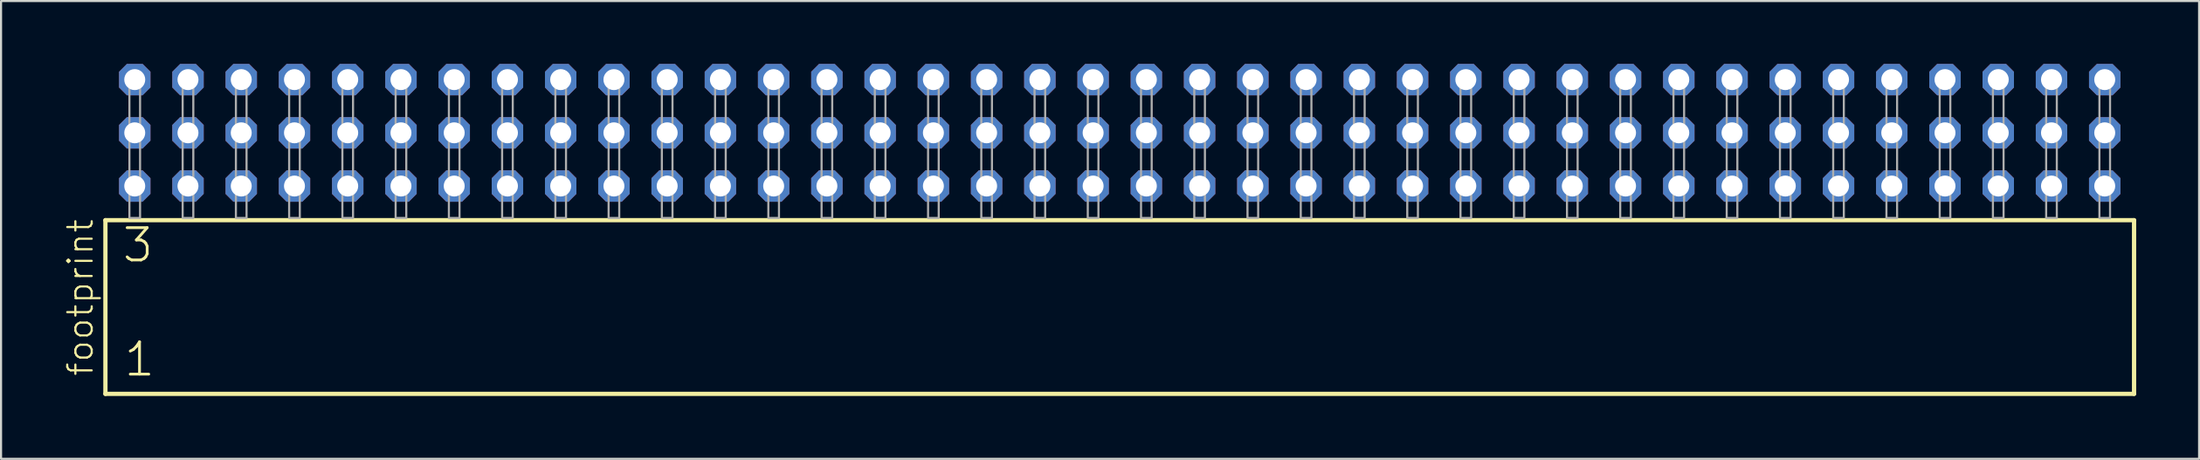
<source format=kicad_pcb>
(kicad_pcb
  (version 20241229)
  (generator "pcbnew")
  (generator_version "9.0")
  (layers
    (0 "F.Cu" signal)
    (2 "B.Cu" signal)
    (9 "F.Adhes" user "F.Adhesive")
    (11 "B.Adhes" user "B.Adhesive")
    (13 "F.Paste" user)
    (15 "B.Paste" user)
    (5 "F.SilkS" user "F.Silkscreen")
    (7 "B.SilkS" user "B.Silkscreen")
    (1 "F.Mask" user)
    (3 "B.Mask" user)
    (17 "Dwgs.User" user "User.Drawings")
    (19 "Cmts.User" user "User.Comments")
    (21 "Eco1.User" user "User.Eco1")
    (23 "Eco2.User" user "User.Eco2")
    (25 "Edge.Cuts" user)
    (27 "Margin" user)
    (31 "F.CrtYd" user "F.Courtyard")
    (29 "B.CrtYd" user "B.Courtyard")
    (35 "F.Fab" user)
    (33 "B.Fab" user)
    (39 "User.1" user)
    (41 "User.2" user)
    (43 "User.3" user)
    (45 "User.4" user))
  (footprint "footprint"
    (layer "F.Cu")
    (at 50.368 7.354)
    (property "Reference" "footprint" (at -48.895 7.62 90) (layer "F.SilkS") (effects (font (size 1.168 1.168) (thickness 0.102)) (justify left bottom)))
    (fp_line (start -48.389 0.106) (end -48.389 8.396) (stroke (width 0.203) (type solid)) (layer "F.SilkS"))
    (fp_line (start -48.389 8.396) (end 48.389 8.396) (stroke (width 0.203) (type solid)) (layer "F.SilkS"))
    (fp_line (start 48.389 0.106) (end -48.389 0.106) (stroke (width 0.203) (type solid)) (layer "F.SilkS"))
    (fp_line (start 48.389 8.396) (end 48.389 0.106) (stroke (width 0.203) (type solid)) (layer "F.SilkS"))
    (fp_poly (pts (xy -47.244 0) (xy -46.736 0) (xy -46.736 -6.858) (xy -47.244 -6.858)) (stroke (width 0.1) (type solid)) (fill no) (layer "F.Fab"))
    (fp_poly (pts (xy -44.704 0) (xy -44.196 0) (xy -44.196 -6.858) (xy -44.704 -6.858)) (stroke (width 0.1) (type solid)) (fill no) (layer "F.Fab"))
    (fp_poly (pts (xy -42.164 0) (xy -41.656 0) (xy -41.656 -6.858) (xy -42.164 -6.858)) (stroke (width 0.1) (type solid)) (fill no) (layer "F.Fab"))
    (fp_poly (pts (xy -39.624 0) (xy -39.116 0) (xy -39.116 -6.858) (xy -39.624 -6.858)) (stroke (width 0.1) (type solid)) (fill no) (layer "F.Fab"))
    (fp_poly (pts (xy -37.084 0) (xy -36.576 0) (xy -36.576 -6.858) (xy -37.084 -6.858)) (stroke (width 0.1) (type solid)) (fill no) (layer "F.Fab"))
    (fp_poly (pts (xy -34.544 0) (xy -34.036 0) (xy -34.036 -6.858) (xy -34.544 -6.858)) (stroke (width 0.1) (type solid)) (fill no) (layer "F.Fab"))
    (fp_poly (pts (xy -32.004 0) (xy -31.496 0) (xy -31.496 -6.858) (xy -32.004 -6.858)) (stroke (width 0.1) (type solid)) (fill no) (layer "F.Fab"))
    (fp_poly (pts (xy -29.464 0) (xy -28.956 0) (xy -28.956 -6.858) (xy -29.464 -6.858)) (stroke (width 0.1) (type solid)) (fill no) (layer "F.Fab"))
    (fp_poly (pts (xy -26.924 0) (xy -26.416 0) (xy -26.416 -6.858) (xy -26.924 -6.858)) (stroke (width 0.1) (type solid)) (fill no) (layer "F.Fab"))
    (fp_poly (pts (xy -24.384 0) (xy -23.876 0) (xy -23.876 -6.858) (xy -24.384 -6.858)) (stroke (width 0.1) (type solid)) (fill no) (layer "F.Fab"))
    (fp_poly (pts (xy -21.844 0) (xy -21.336 0) (xy -21.336 -6.858) (xy -21.844 -6.858)) (stroke (width 0.1) (type solid)) (fill no) (layer "F.Fab"))
    (fp_poly (pts (xy -19.304 0) (xy -18.796 0) (xy -18.796 -6.858) (xy -19.304 -6.858)) (stroke (width 0.1) (type solid)) (fill no) (layer "F.Fab"))
    (fp_poly (pts (xy -16.764 0) (xy -16.256 0) (xy -16.256 -6.858) (xy -16.764 -6.858)) (stroke (width 0.1) (type solid)) (fill no) (layer "F.Fab"))
    (fp_poly (pts (xy -14.224 0) (xy -13.716 0) (xy -13.716 -6.858) (xy -14.224 -6.858)) (stroke (width 0.1) (type solid)) (fill no) (layer "F.Fab"))
    (fp_poly (pts (xy -11.684 0) (xy -11.176 0) (xy -11.176 -6.858) (xy -11.684 -6.858)) (stroke (width 0.1) (type solid)) (fill no) (layer "F.Fab"))
    (fp_poly (pts (xy -9.144 0) (xy -8.636 0) (xy -8.636 -6.858) (xy -9.144 -6.858)) (stroke (width 0.1) (type solid)) (fill no) (layer "F.Fab"))
    (fp_poly (pts (xy -6.604 0) (xy -6.096 0) (xy -6.096 -6.858) (xy -6.604 -6.858)) (stroke (width 0.1) (type solid)) (fill no) (layer "F.Fab"))
    (fp_poly (pts (xy -4.064 0) (xy -3.556 0) (xy -3.556 -6.858) (xy -4.064 -6.858)) (stroke (width 0.1) (type solid)) (fill no) (layer "F.Fab"))
    (fp_poly (pts (xy -1.524 0) (xy -1.016 0) (xy -1.016 -6.858) (xy -1.524 -6.858)) (stroke (width 0.1) (type solid)) (fill no) (layer "F.Fab"))
    (fp_poly (pts (xy 1.016 0) (xy 1.524 0) (xy 1.524 -6.858) (xy 1.016 -6.858)) (stroke (width 0.1) (type solid)) (fill no) (layer "F.Fab"))
    (fp_poly (pts (xy 3.556 0) (xy 4.064 0) (xy 4.064 -6.858) (xy 3.556 -6.858)) (stroke (width 0.1) (type solid)) (fill no) (layer "F.Fab"))
    (fp_poly (pts (xy 6.096 0) (xy 6.604 0) (xy 6.604 -6.858) (xy 6.096 -6.858)) (stroke (width 0.1) (type solid)) (fill no) (layer "F.Fab"))
    (fp_poly (pts (xy 8.636 0) (xy 9.144 0) (xy 9.144 -6.858) (xy 8.636 -6.858)) (stroke (width 0.1) (type solid)) (fill no) (layer "F.Fab"))
    (fp_poly (pts (xy 11.176 0) (xy 11.684 0) (xy 11.684 -6.858) (xy 11.176 -6.858)) (stroke (width 0.1) (type solid)) (fill no) (layer "F.Fab"))
    (fp_poly (pts (xy 13.716 0) (xy 14.224 0) (xy 14.224 -6.858) (xy 13.716 -6.858)) (stroke (width 0.1) (type solid)) (fill no) (layer "F.Fab"))
    (fp_poly (pts (xy 16.256 0) (xy 16.764 0) (xy 16.764 -6.858) (xy 16.256 -6.858)) (stroke (width 0.1) (type solid)) (fill no) (layer "F.Fab"))
    (fp_poly (pts (xy 18.796 0) (xy 19.304 0) (xy 19.304 -6.858) (xy 18.796 -6.858)) (stroke (width 0.1) (type solid)) (fill no) (layer "F.Fab"))
    (fp_poly (pts (xy 21.336 0) (xy 21.844 0) (xy 21.844 -6.858) (xy 21.336 -6.858)) (stroke (width 0.1) (type solid)) (fill no) (layer "F.Fab"))
    (fp_poly (pts (xy 23.876 0) (xy 24.384 0) (xy 24.384 -6.858) (xy 23.876 -6.858)) (stroke (width 0.1) (type solid)) (fill no) (layer "F.Fab"))
    (fp_poly (pts (xy 26.416 0) (xy 26.924 0) (xy 26.924 -6.858) (xy 26.416 -6.858)) (stroke (width 0.1) (type solid)) (fill no) (layer "F.Fab"))
    (fp_poly (pts (xy 28.956 0) (xy 29.464 0) (xy 29.464 -6.858) (xy 28.956 -6.858)) (stroke (width 0.1) (type solid)) (fill no) (layer "F.Fab"))
    (fp_poly (pts (xy 31.496 0) (xy 32.004 0) (xy 32.004 -6.858) (xy 31.496 -6.858)) (stroke (width 0.1) (type solid)) (fill no) (layer "F.Fab"))
    (fp_poly (pts (xy 34.036 0) (xy 34.544 0) (xy 34.544 -6.858) (xy 34.036 -6.858)) (stroke (width 0.1) (type solid)) (fill no) (layer "F.Fab"))
    (fp_poly (pts (xy 36.576 0) (xy 37.084 0) (xy 37.084 -6.858) (xy 36.576 -6.858)) (stroke (width 0.1) (type solid)) (fill no) (layer "F.Fab"))
    (fp_poly (pts (xy 39.116 0) (xy 39.624 0) (xy 39.624 -6.858) (xy 39.116 -6.858)) (stroke (width 0.1) (type solid)) (fill no) (layer "F.Fab"))
    (fp_poly (pts (xy 41.656 0) (xy 42.164 0) (xy 42.164 -6.858) (xy 41.656 -6.858)) (stroke (width 0.1) (type solid)) (fill no) (layer "F.Fab"))
    (fp_poly (pts (xy 44.196 0) (xy 44.704 0) (xy 44.704 -6.858) (xy 44.196 -6.858)) (stroke (width 0.1) (type solid)) (fill no) (layer "F.Fab"))
    (fp_poly (pts (xy 46.736 0) (xy 47.244 0) (xy 47.244 -6.858) (xy 46.736 -6.858)) (stroke (width 0.1) (type solid)) (fill no) (layer "F.Fab"))
    (fp_text user "3" (at -47.66 2.2 0) (layer "F.SilkS") (effects (font (size 1.542 1.542) (thickness 0.134)) (justify left bottom)))
    (fp_text user "1" (at -47.585 7.65 0) (layer "F.SilkS") (effects (font (size 1.542 1.542) (thickness 0.134)) (justify left bottom)))
    (pad "1" thru_hole roundrect (at -46.99 -1.524) (size 1.5 1.5) (drill 1) (layers "*.Cu" "*.Mask") (roundrect_rratio 0.25) (chamfer_ratio 0.25) (chamfer top_left top_right bottom_left bottom_right))
    (pad "2" thru_hole roundrect (at -46.99 -4.064) (size 1.5 1.5) (drill 1) (layers "*.Cu" "*.Mask") (roundrect_rratio 0.25) (chamfer_ratio 0.25) (chamfer top_left top_right bottom_left bottom_right))
    (pad "3" thru_hole roundrect (at -46.99 -6.604) (size 1.5 1.5) (drill 1) (layers "*.Cu" "*.Mask") (roundrect_rratio 0.25) (chamfer_ratio 0.25) (chamfer top_left top_right bottom_left bottom_right))
    (pad "4" thru_hole roundrect (at -44.45 -1.524) (size 1.5 1.5) (drill 1) (layers "*.Cu" "*.Mask") (roundrect_rratio 0.25) (chamfer_ratio 0.25) (chamfer top_left top_right bottom_left bottom_right))
    (pad "5" thru_hole roundrect (at -44.45 -4.064) (size 1.5 1.5) (drill 1) (layers "*.Cu" "*.Mask") (roundrect_rratio 0.25) (chamfer_ratio 0.25) (chamfer top_left top_right bottom_left bottom_right))
    (pad "6" thru_hole roundrect (at -44.45 -6.604) (size 1.5 1.5) (drill 1) (layers "*.Cu" "*.Mask") (roundrect_rratio 0.25) (chamfer_ratio 0.25) (chamfer top_left top_right bottom_left bottom_right))
    (pad "7" thru_hole roundrect (at -41.91 -1.524) (size 1.5 1.5) (drill 1) (layers "*.Cu" "*.Mask") (roundrect_rratio 0.25) (chamfer_ratio 0.25) (chamfer top_left top_right bottom_left bottom_right))
    (pad "8" thru_hole roundrect (at -41.91 -4.064) (size 1.5 1.5) (drill 1) (layers "*.Cu" "*.Mask") (roundrect_rratio 0.25) (chamfer_ratio 0.25) (chamfer top_left top_right bottom_left bottom_right))
    (pad "9" thru_hole roundrect (at -41.91 -6.604) (size 1.5 1.5) (drill 1) (layers "*.Cu" "*.Mask") (roundrect_rratio 0.25) (chamfer_ratio 0.25) (chamfer top_left top_right bottom_left bottom_right))
    (pad "10" thru_hole roundrect (at -39.37 -1.524) (size 1.5 1.5) (drill 1) (layers "*.Cu" "*.Mask") (roundrect_rratio 0.25) (chamfer_ratio 0.25) (chamfer top_left top_right bottom_left bottom_right))
    (pad "11" thru_hole roundrect (at -39.37 -4.064) (size 1.5 1.5) (drill 1) (layers "*.Cu" "*.Mask") (roundrect_rratio 0.25) (chamfer_ratio 0.25) (chamfer top_left top_right bottom_left bottom_right))
    (pad "12" thru_hole roundrect (at -39.37 -6.604) (size 1.5 1.5) (drill 1) (layers "*.Cu" "*.Mask") (roundrect_rratio 0.25) (chamfer_ratio 0.25) (chamfer top_left top_right bottom_left bottom_right))
    (pad "13" thru_hole roundrect (at -36.83 -1.524) (size 1.5 1.5) (drill 1) (layers "*.Cu" "*.Mask") (roundrect_rratio 0.25) (chamfer_ratio 0.25) (chamfer top_left top_right bottom_left bottom_right))
    (pad "14" thru_hole roundrect (at -36.83 -4.064) (size 1.5 1.5) (drill 1) (layers "*.Cu" "*.Mask") (roundrect_rratio 0.25) (chamfer_ratio 0.25) (chamfer top_left top_right bottom_left bottom_right))
    (pad "15" thru_hole roundrect (at -36.83 -6.604) (size 1.5 1.5) (drill 1) (layers "*.Cu" "*.Mask") (roundrect_rratio 0.25) (chamfer_ratio 0.25) (chamfer top_left top_right bottom_left bottom_right))
    (pad "16" thru_hole roundrect (at -34.29 -1.524) (size 1.5 1.5) (drill 1) (layers "*.Cu" "*.Mask") (roundrect_rratio 0.25) (chamfer_ratio 0.25) (chamfer top_left top_right bottom_left bottom_right))
    (pad "17" thru_hole roundrect (at -34.29 -4.064) (size 1.5 1.5) (drill 1) (layers "*.Cu" "*.Mask") (roundrect_rratio 0.25) (chamfer_ratio 0.25) (chamfer top_left top_right bottom_left bottom_right))
    (pad "18" thru_hole roundrect (at -34.29 -6.604) (size 1.5 1.5) (drill 1) (layers "*.Cu" "*.Mask") (roundrect_rratio 0.25) (chamfer_ratio 0.25) (chamfer top_left top_right bottom_left bottom_right))
    (pad "19" thru_hole roundrect (at -31.75 -1.524) (size 1.5 1.5) (drill 1) (layers "*.Cu" "*.Mask") (roundrect_rratio 0.25) (chamfer_ratio 0.25) (chamfer top_left top_right bottom_left bottom_right))
    (pad "20" thru_hole roundrect (at -31.75 -4.064) (size 1.5 1.5) (drill 1) (layers "*.Cu" "*.Mask") (roundrect_rratio 0.25) (chamfer_ratio 0.25) (chamfer top_left top_right bottom_left bottom_right))
    (pad "21" thru_hole roundrect (at -31.75 -6.604) (size 1.5 1.5) (drill 1) (layers "*.Cu" "*.Mask") (roundrect_rratio 0.25) (chamfer_ratio 0.25) (chamfer top_left top_right bottom_left bottom_right))
    (pad "22" thru_hole roundrect (at -29.21 -1.524) (size 1.5 1.5) (drill 1) (layers "*.Cu" "*.Mask") (roundrect_rratio 0.25) (chamfer_ratio 0.25) (chamfer top_left top_right bottom_left bottom_right))
    (pad "23" thru_hole roundrect (at -29.21 -4.064) (size 1.5 1.5) (drill 1) (layers "*.Cu" "*.Mask") (roundrect_rratio 0.25) (chamfer_ratio 0.25) (chamfer top_left top_right bottom_left bottom_right))
    (pad "24" thru_hole roundrect (at -29.21 -6.604) (size 1.5 1.5) (drill 1) (layers "*.Cu" "*.Mask") (roundrect_rratio 0.25) (chamfer_ratio 0.25) (chamfer top_left top_right bottom_left bottom_right))
    (pad "25" thru_hole roundrect (at -26.67 -1.524) (size 1.5 1.5) (drill 1) (layers "*.Cu" "*.Mask") (roundrect_rratio 0.25) (chamfer_ratio 0.25) (chamfer top_left top_right bottom_left bottom_right))
    (pad "26" thru_hole roundrect (at -26.67 -4.064) (size 1.5 1.5) (drill 1) (layers "*.Cu" "*.Mask") (roundrect_rratio 0.25) (chamfer_ratio 0.25) (chamfer top_left top_right bottom_left bottom_right))
    (pad "27" thru_hole roundrect (at -26.67 -6.604) (size 1.5 1.5) (drill 1) (layers "*.Cu" "*.Mask") (roundrect_rratio 0.25) (chamfer_ratio 0.25) (chamfer top_left top_right bottom_left bottom_right))
    (pad "28" thru_hole roundrect (at -24.13 -1.524) (size 1.5 1.5) (drill 1) (layers "*.Cu" "*.Mask") (roundrect_rratio 0.25) (chamfer_ratio 0.25) (chamfer top_left top_right bottom_left bottom_right))
    (pad "29" thru_hole roundrect (at -24.13 -4.064) (size 1.5 1.5) (drill 1) (layers "*.Cu" "*.Mask") (roundrect_rratio 0.25) (chamfer_ratio 0.25) (chamfer top_left top_right bottom_left bottom_right))
    (pad "30" thru_hole roundrect (at -24.13 -6.604) (size 1.5 1.5) (drill 1) (layers "*.Cu" "*.Mask") (roundrect_rratio 0.25) (chamfer_ratio 0.25) (chamfer top_left top_right bottom_left bottom_right))
    (pad "31" thru_hole roundrect (at -21.59 -1.524) (size 1.5 1.5) (drill 1) (layers "*.Cu" "*.Mask") (roundrect_rratio 0.25) (chamfer_ratio 0.25) (chamfer top_left top_right bottom_left bottom_right))
    (pad "32" thru_hole roundrect (at -21.59 -4.064) (size 1.5 1.5) (drill 1) (layers "*.Cu" "*.Mask") (roundrect_rratio 0.25) (chamfer_ratio 0.25) (chamfer top_left top_right bottom_left bottom_right))
    (pad "33" thru_hole roundrect (at -21.59 -6.604) (size 1.5 1.5) (drill 1) (layers "*.Cu" "*.Mask") (roundrect_rratio 0.25) (chamfer_ratio 0.25) (chamfer top_left top_right bottom_left bottom_right))
    (pad "34" thru_hole roundrect (at -19.05 -1.524) (size 1.5 1.5) (drill 1) (layers "*.Cu" "*.Mask") (roundrect_rratio 0.25) (chamfer_ratio 0.25) (chamfer top_left top_right bottom_left bottom_right))
    (pad "35" thru_hole roundrect (at -19.05 -4.064) (size 1.5 1.5) (drill 1) (layers "*.Cu" "*.Mask") (roundrect_rratio 0.25) (chamfer_ratio 0.25) (chamfer top_left top_right bottom_left bottom_right))
    (pad "36" thru_hole roundrect (at -19.05 -6.604) (size 1.5 1.5) (drill 1) (layers "*.Cu" "*.Mask") (roundrect_rratio 0.25) (chamfer_ratio 0.25) (chamfer top_left top_right bottom_left bottom_right))
    (pad "37" thru_hole roundrect (at -16.51 -1.524) (size 1.5 1.5) (drill 1) (layers "*.Cu" "*.Mask") (roundrect_rratio 0.25) (chamfer_ratio 0.25) (chamfer top_left top_right bottom_left bottom_right))
    (pad "38" thru_hole roundrect (at -16.51 -4.064) (size 1.5 1.5) (drill 1) (layers "*.Cu" "*.Mask") (roundrect_rratio 0.25) (chamfer_ratio 0.25) (chamfer top_left top_right bottom_left bottom_right))
    (pad "39" thru_hole roundrect (at -16.51 -6.604) (size 1.5 1.5) (drill 1) (layers "*.Cu" "*.Mask") (roundrect_rratio 0.25) (chamfer_ratio 0.25) (chamfer top_left top_right bottom_left bottom_right))
    (pad "40" thru_hole roundrect (at -13.97 -1.524) (size 1.5 1.5) (drill 1) (layers "*.Cu" "*.Mask") (roundrect_rratio 0.25) (chamfer_ratio 0.25) (chamfer top_left top_right bottom_left bottom_right))
    (pad "41" thru_hole roundrect (at -13.97 -4.064) (size 1.5 1.5) (drill 1) (layers "*.Cu" "*.Mask") (roundrect_rratio 0.25) (chamfer_ratio 0.25) (chamfer top_left top_right bottom_left bottom_right))
    (pad "42" thru_hole roundrect (at -13.97 -6.604) (size 1.5 1.5) (drill 1) (layers "*.Cu" "*.Mask") (roundrect_rratio 0.25) (chamfer_ratio 0.25) (chamfer top_left top_right bottom_left bottom_right))
    (pad "43" thru_hole roundrect (at -11.43 -1.524) (size 1.5 1.5) (drill 1) (layers "*.Cu" "*.Mask") (roundrect_rratio 0.25) (chamfer_ratio 0.25) (chamfer top_left top_right bottom_left bottom_right))
    (pad "44" thru_hole roundrect (at -11.43 -4.064) (size 1.5 1.5) (drill 1) (layers "*.Cu" "*.Mask") (roundrect_rratio 0.25) (chamfer_ratio 0.25) (chamfer top_left top_right bottom_left bottom_right))
    (pad "45" thru_hole roundrect (at -11.43 -6.604) (size 1.5 1.5) (drill 1) (layers "*.Cu" "*.Mask") (roundrect_rratio 0.25) (chamfer_ratio 0.25) (chamfer top_left top_right bottom_left bottom_right))
    (pad "46" thru_hole roundrect (at -8.89 -1.524) (size 1.5 1.5) (drill 1) (layers "*.Cu" "*.Mask") (roundrect_rratio 0.25) (chamfer_ratio 0.25) (chamfer top_left top_right bottom_left bottom_right))
    (pad "47" thru_hole roundrect (at -8.89 -4.064) (size 1.5 1.5) (drill 1) (layers "*.Cu" "*.Mask") (roundrect_rratio 0.25) (chamfer_ratio 0.25) (chamfer top_left top_right bottom_left bottom_right))
    (pad "48" thru_hole roundrect (at -8.89 -6.604) (size 1.5 1.5) (drill 1) (layers "*.Cu" "*.Mask") (roundrect_rratio 0.25) (chamfer_ratio 0.25) (chamfer top_left top_right bottom_left bottom_right))
    (pad "49" thru_hole roundrect (at -6.35 -1.524) (size 1.5 1.5) (drill 1) (layers "*.Cu" "*.Mask") (roundrect_rratio 0.25) (chamfer_ratio 0.25) (chamfer top_left top_right bottom_left bottom_right))
    (pad "50" thru_hole roundrect (at -6.35 -4.064) (size 1.5 1.5) (drill 1) (layers "*.Cu" "*.Mask") (roundrect_rratio 0.25) (chamfer_ratio 0.25) (chamfer top_left top_right bottom_left bottom_right))
    (pad "51" thru_hole roundrect (at -6.35 -6.604) (size 1.5 1.5) (drill 1) (layers "*.Cu" "*.Mask") (roundrect_rratio 0.25) (chamfer_ratio 0.25) (chamfer top_left top_right bottom_left bottom_right))
    (pad "52" thru_hole roundrect (at -3.81 -1.524) (size 1.5 1.5) (drill 1) (layers "*.Cu" "*.Mask") (roundrect_rratio 0.25) (chamfer_ratio 0.25) (chamfer top_left top_right bottom_left bottom_right))
    (pad "53" thru_hole roundrect (at -3.81 -4.064) (size 1.5 1.5) (drill 1) (layers "*.Cu" "*.Mask") (roundrect_rratio 0.25) (chamfer_ratio 0.25) (chamfer top_left top_right bottom_left bottom_right))
    (pad "54" thru_hole roundrect (at -3.81 -6.604) (size 1.5 1.5) (drill 1) (layers "*.Cu" "*.Mask") (roundrect_rratio 0.25) (chamfer_ratio 0.25) (chamfer top_left top_right bottom_left bottom_right))
    (pad "55" thru_hole roundrect (at -1.27 -1.524) (size 1.5 1.5) (drill 1) (layers "*.Cu" "*.Mask") (roundrect_rratio 0.25) (chamfer_ratio 0.25) (chamfer top_left top_right bottom_left bottom_right))
    (pad "56" thru_hole roundrect (at -1.27 -4.064) (size 1.5 1.5) (drill 1) (layers "*.Cu" "*.Mask") (roundrect_rratio 0.25) (chamfer_ratio 0.25) (chamfer top_left top_right bottom_left bottom_right))
    (pad "57" thru_hole roundrect (at -1.27 -6.604) (size 1.5 1.5) (drill 1) (layers "*.Cu" "*.Mask") (roundrect_rratio 0.25) (chamfer_ratio 0.25) (chamfer top_left top_right bottom_left bottom_right))
    (pad "58" thru_hole roundrect (at 1.27 -1.524) (size 1.5 1.5) (drill 1) (layers "*.Cu" "*.Mask") (roundrect_rratio 0.25) (chamfer_ratio 0.25) (chamfer top_left top_right bottom_left bottom_right))
    (pad "59" thru_hole roundrect (at 1.27 -4.064) (size 1.5 1.5) (drill 1) (layers "*.Cu" "*.Mask") (roundrect_rratio 0.25) (chamfer_ratio 0.25) (chamfer top_left top_right bottom_left bottom_right))
    (pad "60" thru_hole roundrect (at 1.27 -6.604) (size 1.5 1.5) (drill 1) (layers "*.Cu" "*.Mask") (roundrect_rratio 0.25) (chamfer_ratio 0.25) (chamfer top_left top_right bottom_left bottom_right))
    (pad "61" thru_hole roundrect (at 3.81 -1.524) (size 1.5 1.5) (drill 1) (layers "*.Cu" "*.Mask") (roundrect_rratio 0.25) (chamfer_ratio 0.25) (chamfer top_left top_right bottom_left bottom_right))
    (pad "62" thru_hole roundrect (at 3.81 -4.064) (size 1.5 1.5) (drill 1) (layers "*.Cu" "*.Mask") (roundrect_rratio 0.25) (chamfer_ratio 0.25) (chamfer top_left top_right bottom_left bottom_right))
    (pad "63" thru_hole roundrect (at 3.81 -6.604) (size 1.5 1.5) (drill 1) (layers "*.Cu" "*.Mask") (roundrect_rratio 0.25) (chamfer_ratio 0.25) (chamfer top_left top_right bottom_left bottom_right))
    (pad "64" thru_hole roundrect (at 6.35 -1.524) (size 1.5 1.5) (drill 1) (layers "*.Cu" "*.Mask") (roundrect_rratio 0.25) (chamfer_ratio 0.25) (chamfer top_left top_right bottom_left bottom_right))
    (pad "65" thru_hole roundrect (at 6.35 -4.064) (size 1.5 1.5) (drill 1) (layers "*.Cu" "*.Mask") (roundrect_rratio 0.25) (chamfer_ratio 0.25) (chamfer top_left top_right bottom_left bottom_right))
    (pad "66" thru_hole roundrect (at 6.35 -6.604) (size 1.5 1.5) (drill 1) (layers "*.Cu" "*.Mask") (roundrect_rratio 0.25) (chamfer_ratio 0.25) (chamfer top_left top_right bottom_left bottom_right))
    (pad "67" thru_hole roundrect (at 8.89 -1.524) (size 1.5 1.5) (drill 1) (layers "*.Cu" "*.Mask") (roundrect_rratio 0.25) (chamfer_ratio 0.25) (chamfer top_left top_right bottom_left bottom_right))
    (pad "68" thru_hole roundrect (at 8.89 -4.064) (size 1.5 1.5) (drill 1) (layers "*.Cu" "*.Mask") (roundrect_rratio 0.25) (chamfer_ratio 0.25) (chamfer top_left top_right bottom_left bottom_right))
    (pad "69" thru_hole roundrect (at 8.89 -6.604) (size 1.5 1.5) (drill 1) (layers "*.Cu" "*.Mask") (roundrect_rratio 0.25) (chamfer_ratio 0.25) (chamfer top_left top_right bottom_left bottom_right))
    (pad "70" thru_hole roundrect (at 11.43 -1.524) (size 1.5 1.5) (drill 1) (layers "*.Cu" "*.Mask") (roundrect_rratio 0.25) (chamfer_ratio 0.25) (chamfer top_left top_right bottom_left bottom_right))
    (pad "71" thru_hole roundrect (at 11.43 -4.064) (size 1.5 1.5) (drill 1) (layers "*.Cu" "*.Mask") (roundrect_rratio 0.25) (chamfer_ratio 0.25) (chamfer top_left top_right bottom_left bottom_right))
    (pad "72" thru_hole roundrect (at 11.43 -6.604) (size 1.5 1.5) (drill 1) (layers "*.Cu" "*.Mask") (roundrect_rratio 0.25) (chamfer_ratio 0.25) (chamfer top_left top_right bottom_left bottom_right))
    (pad "73" thru_hole roundrect (at 13.97 -1.524) (size 1.5 1.5) (drill 1) (layers "*.Cu" "*.Mask") (roundrect_rratio 0.25) (chamfer_ratio 0.25) (chamfer top_left top_right bottom_left bottom_right))
    (pad "74" thru_hole roundrect (at 13.97 -4.064) (size 1.5 1.5) (drill 1) (layers "*.Cu" "*.Mask") (roundrect_rratio 0.25) (chamfer_ratio 0.25) (chamfer top_left top_right bottom_left bottom_right))
    (pad "75" thru_hole roundrect (at 13.97 -6.604) (size 1.5 1.5) (drill 1) (layers "*.Cu" "*.Mask") (roundrect_rratio 0.25) (chamfer_ratio 0.25) (chamfer top_left top_right bottom_left bottom_right))
    (pad "76" thru_hole roundrect (at 16.51 -1.524) (size 1.5 1.5) (drill 1) (layers "*.Cu" "*.Mask") (roundrect_rratio 0.25) (chamfer_ratio 0.25) (chamfer top_left top_right bottom_left bottom_right))
    (pad "77" thru_hole roundrect (at 16.51 -4.064) (size 1.5 1.5) (drill 1) (layers "*.Cu" "*.Mask") (roundrect_rratio 0.25) (chamfer_ratio 0.25) (chamfer top_left top_right bottom_left bottom_right))
    (pad "78" thru_hole roundrect (at 16.51 -6.604) (size 1.5 1.5) (drill 1) (layers "*.Cu" "*.Mask") (roundrect_rratio 0.25) (chamfer_ratio 0.25) (chamfer top_left top_right bottom_left bottom_right))
    (pad "79" thru_hole roundrect (at 19.05 -1.524) (size 1.5 1.5) (drill 1) (layers "*.Cu" "*.Mask") (roundrect_rratio 0.25) (chamfer_ratio 0.25) (chamfer top_left top_right bottom_left bottom_right))
    (pad "80" thru_hole roundrect (at 19.05 -4.064) (size 1.5 1.5) (drill 1) (layers "*.Cu" "*.Mask") (roundrect_rratio 0.25) (chamfer_ratio 0.25) (chamfer top_left top_right bottom_left bottom_right))
    (pad "81" thru_hole roundrect (at 19.05 -6.604) (size 1.5 1.5) (drill 1) (layers "*.Cu" "*.Mask") (roundrect_rratio 0.25) (chamfer_ratio 0.25) (chamfer top_left top_right bottom_left bottom_right))
    (pad "82" thru_hole roundrect (at 21.59 -1.524) (size 1.5 1.5) (drill 1) (layers "*.Cu" "*.Mask") (roundrect_rratio 0.25) (chamfer_ratio 0.25) (chamfer top_left top_right bottom_left bottom_right))
    (pad "83" thru_hole roundrect (at 21.59 -4.064) (size 1.5 1.5) (drill 1) (layers "*.Cu" "*.Mask") (roundrect_rratio 0.25) (chamfer_ratio 0.25) (chamfer top_left top_right bottom_left bottom_right))
    (pad "84" thru_hole roundrect (at 21.59 -6.604) (size 1.5 1.5) (drill 1) (layers "*.Cu" "*.Mask") (roundrect_rratio 0.25) (chamfer_ratio 0.25) (chamfer top_left top_right bottom_left bottom_right))
    (pad "85" thru_hole roundrect (at 24.13 -1.524) (size 1.5 1.5) (drill 1) (layers "*.Cu" "*.Mask") (roundrect_rratio 0.25) (chamfer_ratio 0.25) (chamfer top_left top_right bottom_left bottom_right))
    (pad "86" thru_hole roundrect (at 24.13 -4.064) (size 1.5 1.5) (drill 1) (layers "*.Cu" "*.Mask") (roundrect_rratio 0.25) (chamfer_ratio 0.25) (chamfer top_left top_right bottom_left bottom_right))
    (pad "87" thru_hole roundrect (at 24.13 -6.604) (size 1.5 1.5) (drill 1) (layers "*.Cu" "*.Mask") (roundrect_rratio 0.25) (chamfer_ratio 0.25) (chamfer top_left top_right bottom_left bottom_right))
    (pad "88" thru_hole roundrect (at 26.67 -1.524) (size 1.5 1.5) (drill 1) (layers "*.Cu" "*.Mask") (roundrect_rratio 0.25) (chamfer_ratio 0.25) (chamfer top_left top_right bottom_left bottom_right))
    (pad "89" thru_hole roundrect (at 26.67 -4.064) (size 1.5 1.5) (drill 1) (layers "*.Cu" "*.Mask") (roundrect_rratio 0.25) (chamfer_ratio 0.25) (chamfer top_left top_right bottom_left bottom_right))
    (pad "90" thru_hole roundrect (at 26.67 -6.604) (size 1.5 1.5) (drill 1) (layers "*.Cu" "*.Mask") (roundrect_rratio 0.25) (chamfer_ratio 0.25) (chamfer top_left top_right bottom_left bottom_right))
    (pad "91" thru_hole roundrect (at 29.21 -1.524) (size 1.5 1.5) (drill 1) (layers "*.Cu" "*.Mask") (roundrect_rratio 0.25) (chamfer_ratio 0.25) (chamfer top_left top_right bottom_left bottom_right))
    (pad "92" thru_hole roundrect (at 29.21 -4.064) (size 1.5 1.5) (drill 1) (layers "*.Cu" "*.Mask") (roundrect_rratio 0.25) (chamfer_ratio 0.25) (chamfer top_left top_right bottom_left bottom_right))
    (pad "93" thru_hole roundrect (at 29.21 -6.604) (size 1.5 1.5) (drill 1) (layers "*.Cu" "*.Mask") (roundrect_rratio 0.25) (chamfer_ratio 0.25) (chamfer top_left top_right bottom_left bottom_right))
    (pad "94" thru_hole roundrect (at 31.75 -1.524) (size 1.5 1.5) (drill 1) (layers "*.Cu" "*.Mask") (roundrect_rratio 0.25) (chamfer_ratio 0.25) (chamfer top_left top_right bottom_left bottom_right))
    (pad "95" thru_hole roundrect (at 31.75 -4.064) (size 1.5 1.5) (drill 1) (layers "*.Cu" "*.Mask") (roundrect_rratio 0.25) (chamfer_ratio 0.25) (chamfer top_left top_right bottom_left bottom_right))
    (pad "96" thru_hole roundrect (at 31.75 -6.604) (size 1.5 1.5) (drill 1) (layers "*.Cu" "*.Mask") (roundrect_rratio 0.25) (chamfer_ratio 0.25) (chamfer top_left top_right bottom_left bottom_right))
    (pad "97" thru_hole roundrect (at 34.29 -1.524) (size 1.5 1.5) (drill 1) (layers "*.Cu" "*.Mask") (roundrect_rratio 0.25) (chamfer_ratio 0.25) (chamfer top_left top_right bottom_left bottom_right))
    (pad "98" thru_hole roundrect (at 34.29 -4.064) (size 1.5 1.5) (drill 1) (layers "*.Cu" "*.Mask") (roundrect_rratio 0.25) (chamfer_ratio 0.25) (chamfer top_left top_right bottom_left bottom_right))
    (pad "99" thru_hole roundrect (at 34.29 -6.604) (size 1.5 1.5) (drill 1) (layers "*.Cu" "*.Mask") (roundrect_rratio 0.25) (chamfer_ratio 0.25) (chamfer top_left top_right bottom_left bottom_right))
    (pad "100" thru_hole roundrect (at 36.83 -1.524) (size 1.5 1.5) (drill 1) (layers "*.Cu" "*.Mask") (roundrect_rratio 0.25) (chamfer_ratio 0.25) (chamfer top_left top_right bottom_left bottom_right))
    (pad "101" thru_hole roundrect (at 36.83 -4.064) (size 1.5 1.5) (drill 1) (layers "*.Cu" "*.Mask") (roundrect_rratio 0.25) (chamfer_ratio 0.25) (chamfer top_left top_right bottom_left bottom_right))
    (pad "102" thru_hole roundrect (at 36.83 -6.604) (size 1.5 1.5) (drill 1) (layers "*.Cu" "*.Mask") (roundrect_rratio 0.25) (chamfer_ratio 0.25) (chamfer top_left top_right bottom_left bottom_right))
    (pad "103" thru_hole roundrect (at 39.37 -1.524) (size 1.5 1.5) (drill 1) (layers "*.Cu" "*.Mask") (roundrect_rratio 0.25) (chamfer_ratio 0.25) (chamfer top_left top_right bottom_left bottom_right))
    (pad "104" thru_hole roundrect (at 39.37 -4.064) (size 1.5 1.5) (drill 1) (layers "*.Cu" "*.Mask") (roundrect_rratio 0.25) (chamfer_ratio 0.25) (chamfer top_left top_right bottom_left bottom_right))
    (pad "105" thru_hole roundrect (at 39.37 -6.604) (size 1.5 1.5) (drill 1) (layers "*.Cu" "*.Mask") (roundrect_rratio 0.25) (chamfer_ratio 0.25) (chamfer top_left top_right bottom_left bottom_right))
    (pad "106" thru_hole roundrect (at 41.91 -1.524) (size 1.5 1.5) (drill 1) (layers "*.Cu" "*.Mask") (roundrect_rratio 0.25) (chamfer_ratio 0.25) (chamfer top_left top_right bottom_left bottom_right))
    (pad "107" thru_hole roundrect (at 41.91 -4.064) (size 1.5 1.5) (drill 1) (layers "*.Cu" "*.Mask") (roundrect_rratio 0.25) (chamfer_ratio 0.25) (chamfer top_left top_right bottom_left bottom_right))
    (pad "108" thru_hole roundrect (at 41.91 -6.604) (size 1.5 1.5) (drill 1) (layers "*.Cu" "*.Mask") (roundrect_rratio 0.25) (chamfer_ratio 0.25) (chamfer top_left top_right bottom_left bottom_right))
    (pad "109" thru_hole roundrect (at 44.45 -1.524) (size 1.5 1.5) (drill 1) (layers "*.Cu" "*.Mask") (roundrect_rratio 0.25) (chamfer_ratio 0.25) (chamfer top_left top_right bottom_left bottom_right))
    (pad "110" thru_hole roundrect (at 44.45 -4.064) (size 1.5 1.5) (drill 1) (layers "*.Cu" "*.Mask") (roundrect_rratio 0.25) (chamfer_ratio 0.25) (chamfer top_left top_right bottom_left bottom_right))
    (pad "111" thru_hole roundrect (at 44.45 -6.604) (size 1.5 1.5) (drill 1) (layers "*.Cu" "*.Mask") (roundrect_rratio 0.25) (chamfer_ratio 0.25) (chamfer top_left top_right bottom_left bottom_right))
    (pad "112" thru_hole roundrect (at 46.99 -1.524) (size 1.5 1.5) (drill 1) (layers "*.Cu" "*.Mask") (roundrect_rratio 0.25) (chamfer_ratio 0.25) (chamfer top_left top_right bottom_left bottom_right))
    (pad "113" thru_hole roundrect (at 46.99 -4.064) (size 1.5 1.5) (drill 1) (layers "*.Cu" "*.Mask") (roundrect_rratio 0.25) (chamfer_ratio 0.25) (chamfer top_left top_right bottom_left bottom_right))
    (pad "114" thru_hole roundrect (at 46.99 -6.604) (size 1.5 1.5) (drill 1) (layers "*.Cu" "*.Mask") (roundrect_rratio 0.25) (chamfer_ratio 0.25) (chamfer top_left top_right bottom_left bottom_right)))
  (gr_rect
    (start -3 -3)
    (end 101.859 18.852)
    (stroke (width 0.1) (type default))
    (fill no)
    (layer "Edge.Cuts")))
</source>
